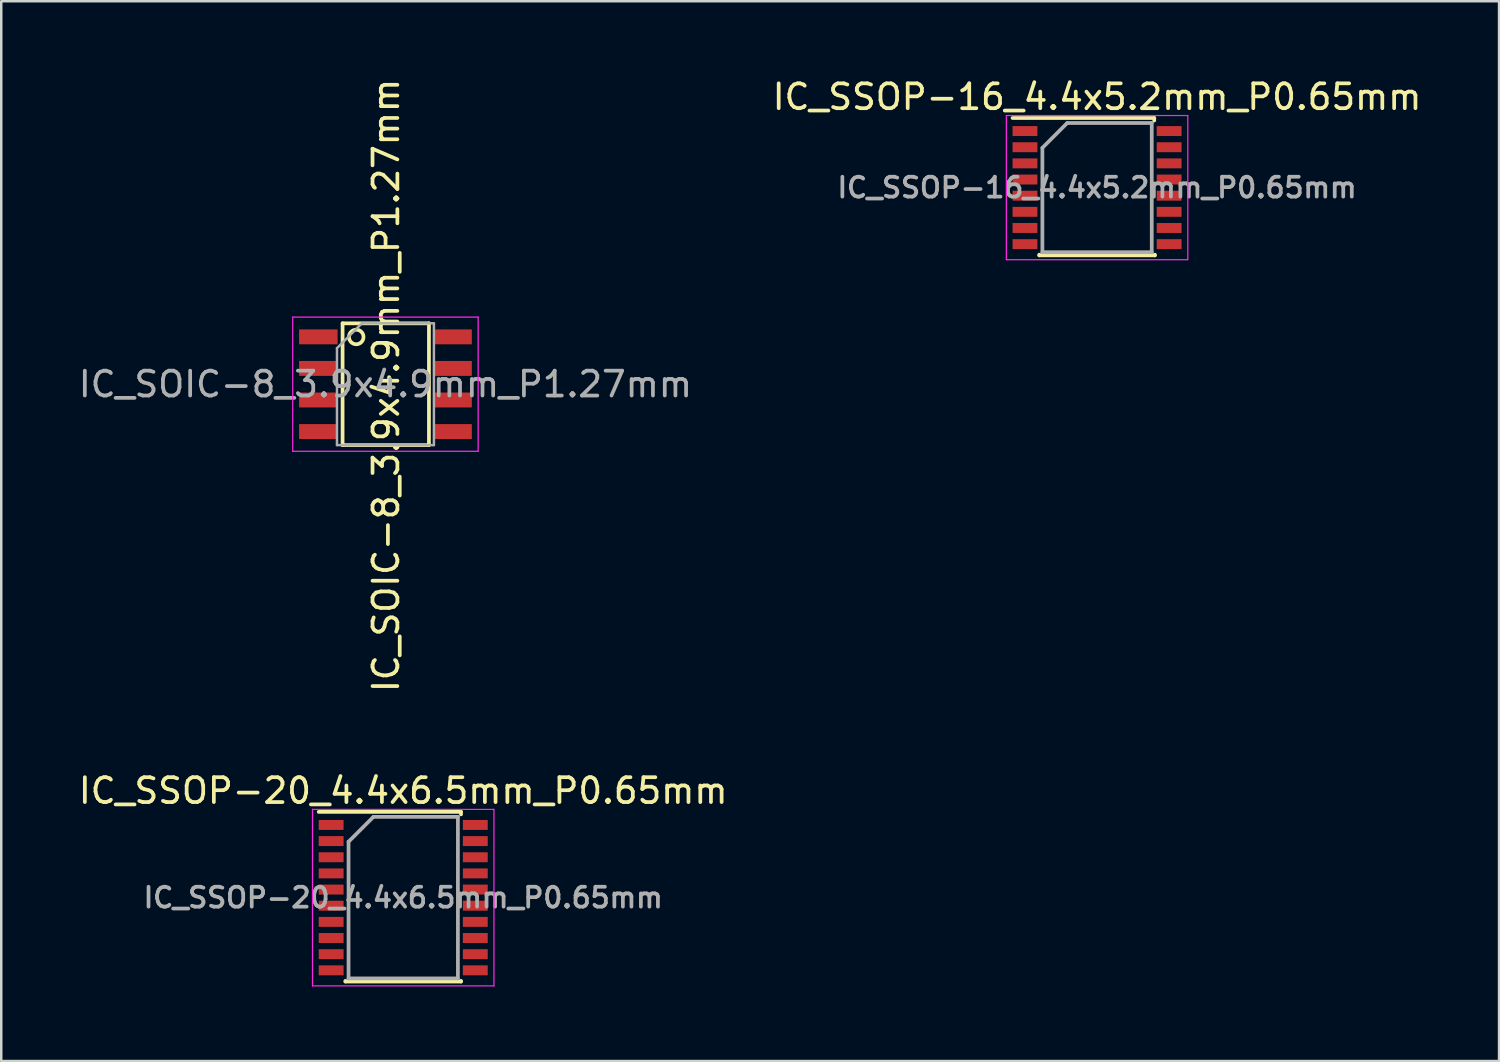
<source format=kicad_pcb>
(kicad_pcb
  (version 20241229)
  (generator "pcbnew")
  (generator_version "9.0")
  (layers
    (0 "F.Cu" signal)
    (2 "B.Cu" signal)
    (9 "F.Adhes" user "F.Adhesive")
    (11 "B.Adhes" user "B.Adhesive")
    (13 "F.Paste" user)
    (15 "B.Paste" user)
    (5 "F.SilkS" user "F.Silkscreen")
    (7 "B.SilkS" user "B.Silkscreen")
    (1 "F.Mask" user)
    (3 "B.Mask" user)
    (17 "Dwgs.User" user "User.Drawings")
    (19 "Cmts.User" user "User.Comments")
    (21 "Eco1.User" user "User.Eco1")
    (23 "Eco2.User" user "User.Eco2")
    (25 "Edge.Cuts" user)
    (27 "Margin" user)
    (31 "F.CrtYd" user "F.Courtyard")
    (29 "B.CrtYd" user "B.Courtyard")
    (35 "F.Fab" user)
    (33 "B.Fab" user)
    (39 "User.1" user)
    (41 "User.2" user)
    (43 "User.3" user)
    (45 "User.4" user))
  (footprint "IC_SSOP-16_4.4x5.2mm_P0.65mm"
    (layer "F.Cu")
    (at 41.089 4.498)
    (property "Reference" "IC_SSOP-16_4.4x5.2mm_P0.65mm" (at 0 -3.65 0) (layer "F.SilkS") (effects (font (size 1 1) (thickness 0.15))))
    (attr smd)
    (fp_line (start -3.4 -2.8) (end 2.3 -2.8) (stroke (width 0.15) (type solid)) (layer "F.SilkS"))
    (fp_line (start -2.325 2.725) (end -2.325 2.7) (stroke (width 0.15) (type solid)) (layer "F.SilkS"))
    (fp_line (start -2.325 2.725) (end 2.325 2.725) (stroke (width 0.15) (type solid)) (layer "F.SilkS"))
    (fp_line (start 2.3 -2.8) (end 2.3 -2.7) (stroke (width 0.15) (type solid)) (layer "F.SilkS"))
    (fp_line (start 2.325 2.725) (end 2.325 2.7) (stroke (width 0.15) (type solid)) (layer "F.SilkS"))
    (fp_line (start -3.65 -2.9) (end -3.65 2.9) (stroke (width 0.05) (type solid)) (layer "F.CrtYd"))
    (fp_line (start -3.65 -2.9) (end 3.65 -2.9) (stroke (width 0.05) (type solid)) (layer "F.CrtYd"))
    (fp_line (start -3.65 2.9) (end 3.65 2.9) (stroke (width 0.05) (type solid)) (layer "F.CrtYd"))
    (fp_line (start 3.65 -2.9) (end 3.65 2.9) (stroke (width 0.05) (type solid)) (layer "F.CrtYd"))
    (fp_line (start -2.2 -1.6) (end -1.2 -2.6) (stroke (width 0.15) (type solid)) (layer "F.Fab"))
    (fp_line (start -2.2 2.6) (end -2.2 -1.6) (stroke (width 0.15) (type solid)) (layer "F.Fab"))
    (fp_line (start -1.2 -2.6) (end 2.2 -2.6) (stroke (width 0.15) (type solid)) (layer "F.Fab"))
    (fp_line (start 2.2 -2.6) (end 2.2 2.6) (stroke (width 0.15) (type solid)) (layer "F.Fab"))
    (fp_line (start 2.2 2.6) (end -2.2 2.6) (stroke (width 0.15) (type solid)) (layer "F.Fab"))
    (fp_text user "${REFERENCE}" (at 0 0 0) (layer "F.Fab") (effects (font (size 0.8 0.8) (thickness 0.15))))
    (pad "1" smd rect (at -2.9 -2.275) (size 1 0.4) (layers "F.Cu" "F.Mask" "F.Paste"))
    (pad "2" smd rect (at -2.9 -1.625) (size 1 0.4) (layers "F.Cu" "F.Mask" "F.Paste"))
    (pad "3" smd rect (at -2.9 -0.975) (size 1 0.4) (layers "F.Cu" "F.Mask" "F.Paste"))
    (pad "4" smd rect (at -2.9 -0.325) (size 1 0.4) (layers "F.Cu" "F.Mask" "F.Paste"))
    (pad "5" smd rect (at -2.9 0.325) (size 1 0.4) (layers "F.Cu" "F.Mask" "F.Paste"))
    (pad "6" smd rect (at -2.9 0.975) (size 1 0.4) (layers "F.Cu" "F.Mask" "F.Paste"))
    (pad "7" smd rect (at -2.9 1.625) (size 1 0.4) (layers "F.Cu" "F.Mask" "F.Paste"))
    (pad "8" smd rect (at -2.9 2.275) (size 1 0.4) (layers "F.Cu" "F.Mask" "F.Paste"))
    (pad "9" smd rect (at 2.9 2.275) (size 1 0.4) (layers "F.Cu" "F.Mask" "F.Paste"))
    (pad "10" smd rect (at 2.9 1.625) (size 1 0.4) (layers "F.Cu" "F.Mask" "F.Paste"))
    (pad "11" smd rect (at 2.9 0.975) (size 1 0.4) (layers "F.Cu" "F.Mask" "F.Paste"))
    (pad "12" smd rect (at 2.9 0.325) (size 1 0.4) (layers "F.Cu" "F.Mask" "F.Paste"))
    (pad "13" smd rect (at 2.9 -0.325) (size 1 0.4) (layers "F.Cu" "F.Mask" "F.Paste"))
    (pad "14" smd rect (at 2.9 -0.975) (size 1 0.4) (layers "F.Cu" "F.Mask" "F.Paste"))
    (pad "15" smd rect (at 2.9 -1.625) (size 1 0.4) (layers "F.Cu" "F.Mask" "F.Paste"))
    (pad "16" smd rect (at 2.9 -2.275) (size 1 0.4) (layers "F.Cu" "F.Mask" "F.Paste")))
  (footprint "IC_SSOP-20_4.4x6.5mm_P0.65mm"
    (layer "F.Cu")
    (at 13.173 33.065)
    (property "Reference" "IC_SSOP-20_4.4x6.5mm_P0.65mm" (at 0 -4.3 0) (layer "F.SilkS") (effects (font (size 1 1) (thickness 0.15))))
    (attr smd)
    (fp_line (start -3.4 -3.45) (end 2.325 -3.45) (stroke (width 0.15) (type solid)) (layer "F.SilkS"))
    (fp_line (start -2.325 3.375) (end -2.325 3.35) (stroke (width 0.15) (type solid)) (layer "F.SilkS"))
    (fp_line (start -2.325 3.375) (end 2.325 3.375) (stroke (width 0.15) (type solid)) (layer "F.SilkS"))
    (fp_line (start 2.325 -3.45) (end 2.325 -3.35) (stroke (width 0.15) (type solid)) (layer "F.SilkS"))
    (fp_line (start 2.325 3.375) (end 2.325 3.35) (stroke (width 0.15) (type solid)) (layer "F.SilkS"))
    (fp_line (start -3.65 -3.55) (end -3.65 3.55) (stroke (width 0.05) (type solid)) (layer "F.CrtYd"))
    (fp_line (start -3.65 -3.55) (end 3.65 -3.55) (stroke (width 0.05) (type solid)) (layer "F.CrtYd"))
    (fp_line (start -3.65 3.55) (end 3.65 3.55) (stroke (width 0.05) (type solid)) (layer "F.CrtYd"))
    (fp_line (start 3.65 -3.55) (end 3.65 3.55) (stroke (width 0.05) (type solid)) (layer "F.CrtYd"))
    (fp_line (start -2.2 -2.25) (end -1.2 -3.25) (stroke (width 0.15) (type solid)) (layer "F.Fab"))
    (fp_line (start -2.2 3.25) (end -2.2 -2.25) (stroke (width 0.15) (type solid)) (layer "F.Fab"))
    (fp_line (start -1.2 -3.25) (end 2.2 -3.25) (stroke (width 0.15) (type solid)) (layer "F.Fab"))
    (fp_line (start 2.2 -3.25) (end 2.2 3.25) (stroke (width 0.15) (type solid)) (layer "F.Fab"))
    (fp_line (start 2.2 3.25) (end -2.2 3.25) (stroke (width 0.15) (type solid)) (layer "F.Fab"))
    (fp_text user "${REFERENCE}" (at 0 0 0) (layer "F.Fab") (effects (font (size 0.8 0.8) (thickness 0.15))))
    (pad "1" smd rect (at -2.9 -2.925) (size 1 0.4) (layers "F.Cu" "F.Mask" "F.Paste"))
    (pad "2" smd rect (at -2.9 -2.275) (size 1 0.4) (layers "F.Cu" "F.Mask" "F.Paste"))
    (pad "3" smd rect (at -2.9 -1.625) (size 1 0.4) (layers "F.Cu" "F.Mask" "F.Paste"))
    (pad "4" smd rect (at -2.9 -0.975) (size 1 0.4) (layers "F.Cu" "F.Mask" "F.Paste"))
    (pad "5" smd rect (at -2.9 -0.325) (size 1 0.4) (layers "F.Cu" "F.Mask" "F.Paste"))
    (pad "6" smd rect (at -2.9 0.325) (size 1 0.4) (layers "F.Cu" "F.Mask" "F.Paste"))
    (pad "7" smd rect (at -2.9 0.975) (size 1 0.4) (layers "F.Cu" "F.Mask" "F.Paste"))
    (pad "8" smd rect (at -2.9 1.625) (size 1 0.4) (layers "F.Cu" "F.Mask" "F.Paste"))
    (pad "9" smd rect (at -2.9 2.275) (size 1 0.4) (layers "F.Cu" "F.Mask" "F.Paste"))
    (pad "10" smd rect (at -2.9 2.925) (size 1 0.4) (layers "F.Cu" "F.Mask" "F.Paste"))
    (pad "11" smd rect (at 2.9 2.925) (size 1 0.4) (layers "F.Cu" "F.Mask" "F.Paste"))
    (pad "12" smd rect (at 2.9 2.275) (size 1 0.4) (layers "F.Cu" "F.Mask" "F.Paste"))
    (pad "13" smd rect (at 2.9 1.625) (size 1 0.4) (layers "F.Cu" "F.Mask" "F.Paste"))
    (pad "14" smd rect (at 2.9 0.975) (size 1 0.4) (layers "F.Cu" "F.Mask" "F.Paste"))
    (pad "15" smd rect (at 2.9 0.325) (size 1 0.4) (layers "F.Cu" "F.Mask" "F.Paste"))
    (pad "16" smd rect (at 2.9 -0.325) (size 1 0.4) (layers "F.Cu" "F.Mask" "F.Paste"))
    (pad "17" smd rect (at 2.9 -0.975) (size 1 0.4) (layers "F.Cu" "F.Mask" "F.Paste"))
    (pad "18" smd rect (at 2.9 -1.625) (size 1 0.4) (layers "F.Cu" "F.Mask" "F.Paste"))
    (pad "19" smd rect (at 2.9 -2.275) (size 1 0.4) (layers "F.Cu" "F.Mask" "F.Paste"))
    (pad "20" smd rect (at 2.9 -2.925) (size 1 0.4) (layers "F.Cu" "F.Mask" "F.Paste")))
  (footprint "IC_SOIC-8_3.9x4.9mm_P1.27mm"
    (layer "F.Cu")
    (at 12.458 12.408)
    (property "Reference" "IC_SOIC-8_3.9x4.9mm_P1.27mm" (at 0.025 0.05 270) (layer "F.SilkS") (effects (font (size 1 1) (thickness 0.15))))
    (attr smd)
    (fp_line (start -1.725 -2.45) (end -1.725 2.45) (stroke (width 0.15) (type solid)) (layer "F.SilkS"))
    (fp_line (start -1.725 2.45) (end 1.75 2.45) (stroke (width 0.15) (type solid)) (layer "F.SilkS"))
    (fp_line (start 1.75 -2.45) (end -1.725 -2.45) (stroke (width 0.15) (type solid)) (layer "F.SilkS"))
    (fp_line (start 1.75 2.45) (end 1.75 -2.45) (stroke (width 0.15) (type solid)) (layer "F.SilkS"))
    (fp_circle (center -1.175 -1.9) (end -0.9 -1.8) (stroke (width 0.15) (type solid)) (fill no) (layer "F.SilkS"))
    (fp_line (start -3.73 -2.7) (end -3.73 2.7) (stroke (width 0.05) (type solid)) (layer "F.CrtYd"))
    (fp_line (start -3.73 -2.7) (end 3.73 -2.7) (stroke (width 0.05) (type solid)) (layer "F.CrtYd"))
    (fp_line (start -3.73 2.7) (end 3.73 2.7) (stroke (width 0.05) (type solid)) (layer "F.CrtYd"))
    (fp_line (start 3.73 -2.7) (end 3.73 2.7) (stroke (width 0.05) (type solid)) (layer "F.CrtYd"))
    (fp_line (start -1.95 -1.45) (end -0.95 -2.45) (stroke (width 0.1) (type solid)) (layer "F.Fab"))
    (fp_line (start -1.95 2.45) (end -1.95 -1.45) (stroke (width 0.1) (type solid)) (layer "F.Fab"))
    (fp_line (start -0.95 -2.45) (end 1.95 -2.45) (stroke (width 0.1) (type solid)) (layer "F.Fab"))
    (fp_line (start 1.95 -2.45) (end 1.95 2.45) (stroke (width 0.1) (type solid)) (layer "F.Fab"))
    (fp_line (start 1.95 2.45) (end -1.95 2.45) (stroke (width 0.1) (type solid)) (layer "F.Fab"))
    (fp_text user "${REFERENCE}" (at 0 0 0) (layer "F.Fab") (effects (font (size 1 1) (thickness 0.15))))
    (pad "1" smd rect (at -2.7 -1.905) (size 1.55 0.6) (layers "F.Cu" "F.Mask" "F.Paste"))
    (pad "2" smd rect (at -2.7 -0.635) (size 1.55 0.6) (layers "F.Cu" "F.Mask" "F.Paste"))
    (pad "3" smd rect (at -2.7 0.635) (size 1.55 0.6) (layers "F.Cu" "F.Mask" "F.Paste"))
    (pad "4" smd rect (at -2.7 1.905) (size 1.55 0.6) (layers "F.Cu" "F.Mask" "F.Paste"))
    (pad "5" smd rect (at 2.7 1.905) (size 1.55 0.6) (layers "F.Cu" "F.Mask" "F.Paste"))
    (pad "6" smd rect (at 2.7 0.635) (size 1.55 0.6) (layers "F.Cu" "F.Mask" "F.Paste"))
    (pad "7" smd rect (at 2.7 -0.635) (size 1.55 0.6) (layers "F.Cu" "F.Mask" "F.Paste"))
    (pad "8" smd rect (at 2.7 -1.905) (size 1.55 0.6) (layers "F.Cu" "F.Mask" "F.Paste")))
  (gr_rect
    (start -3 -3)
    (end 57.262 39.64)
    (stroke (width 0.1) (type default))
    (fill no)
    (layer "Edge.Cuts")))
</source>
